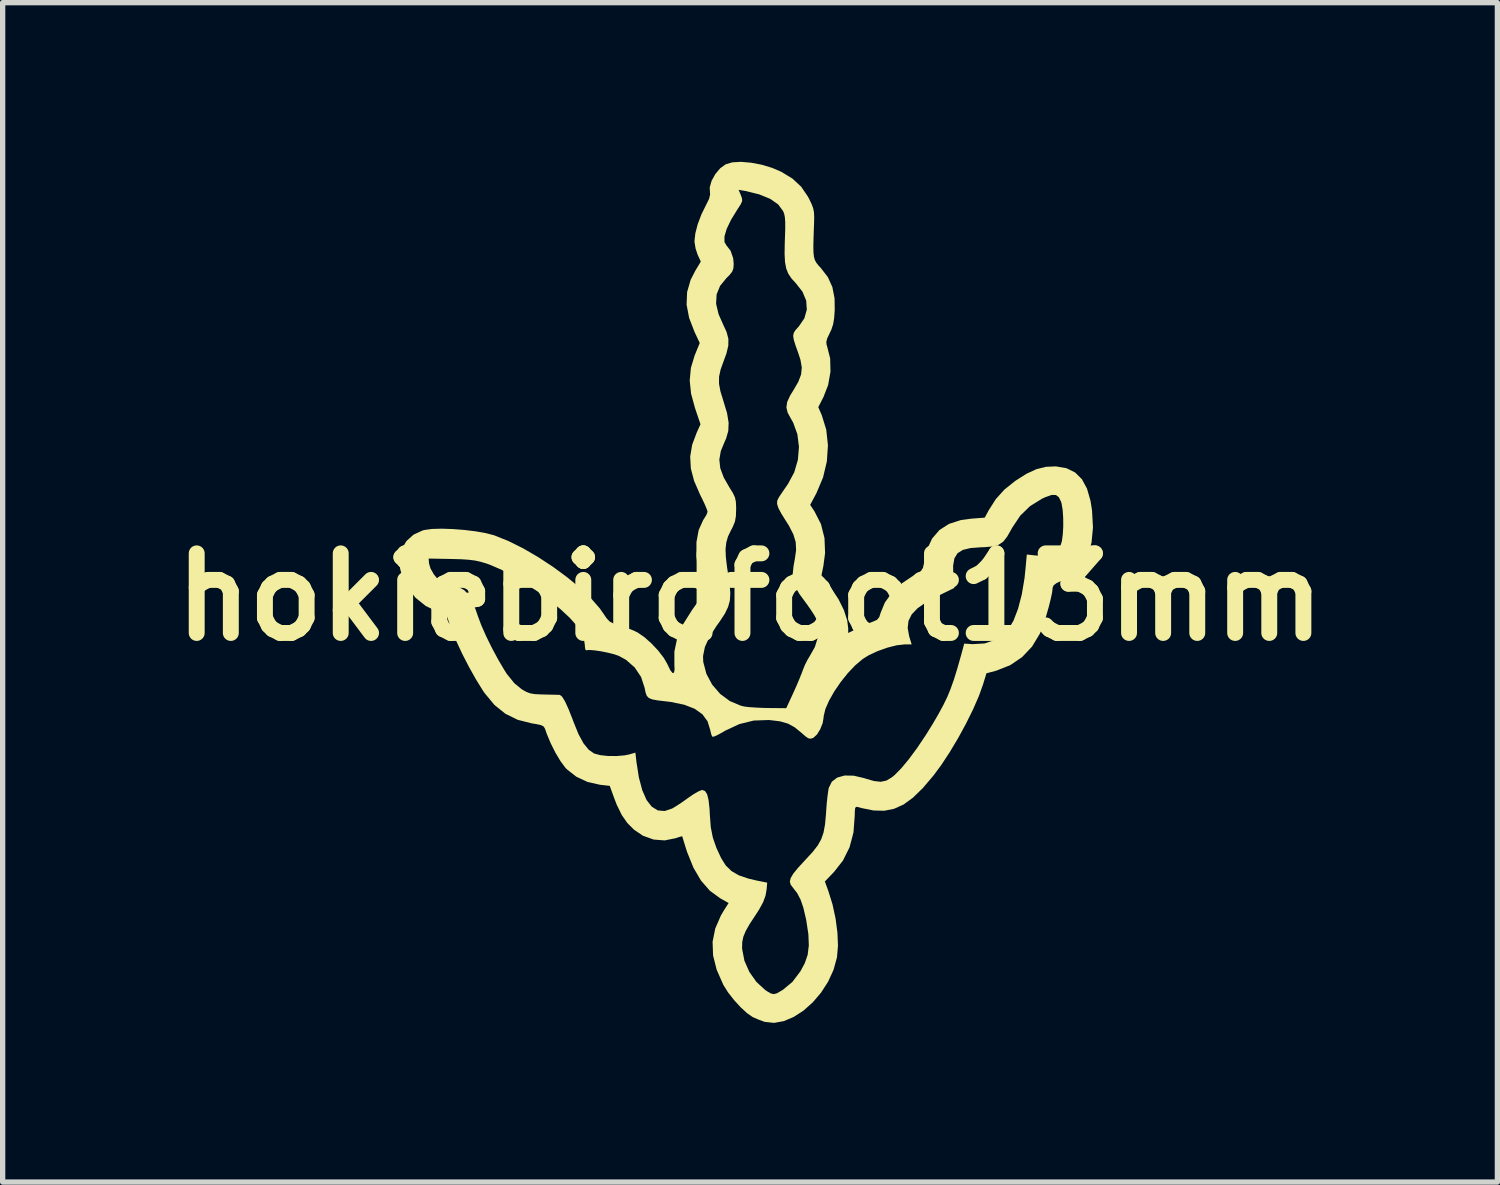
<source format=kicad_pcb>
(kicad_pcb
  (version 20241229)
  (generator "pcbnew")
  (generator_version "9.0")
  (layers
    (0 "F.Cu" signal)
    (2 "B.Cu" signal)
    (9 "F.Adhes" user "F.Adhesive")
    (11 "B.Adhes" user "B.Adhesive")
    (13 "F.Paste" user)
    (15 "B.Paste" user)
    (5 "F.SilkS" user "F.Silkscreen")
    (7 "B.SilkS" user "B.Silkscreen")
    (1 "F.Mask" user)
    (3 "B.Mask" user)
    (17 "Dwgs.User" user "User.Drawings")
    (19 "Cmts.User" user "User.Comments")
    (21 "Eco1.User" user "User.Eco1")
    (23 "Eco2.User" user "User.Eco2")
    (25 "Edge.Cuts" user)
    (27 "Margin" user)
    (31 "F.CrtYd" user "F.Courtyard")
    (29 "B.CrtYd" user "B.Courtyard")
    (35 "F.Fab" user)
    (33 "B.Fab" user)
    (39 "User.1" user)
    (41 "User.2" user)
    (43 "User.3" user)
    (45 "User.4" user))
  (footprint "hokiebirdfoot13mm"
    (layer "F.Cu")
    (at 11.086 8.201)
    (property "Reference" "hokiebirdfoot13mm" (at 0 0 0) (layer "F.SilkS") (effects (font (size 1.5 1.5) (thickness 0.3))))
    (attr board_only exclude_from_pos_files exclude_from_bom)
    (fp_poly (pts (xy 0.016 -8.185) (xy 0.217 -8.147) (xy 0.417 -8.087) (xy 0.587 -8.014) (xy 0.799 -7.885) (xy 0.963 -7.733) (xy 1.09 -7.547) (xy 1.116 -7.497) (xy 1.162 -7.401) (xy 1.19 -7.325) (xy 1.205 -7.249) (xy 1.209 -7.154) (xy 1.206 -7.021) (xy 1.204 -6.984) (xy 1.197 -6.774) (xy 1.193 -6.615) (xy 1.195 -6.498) (xy 1.204 -6.413) (xy 1.222 -6.349) (xy 1.251 -6.297) (xy 1.291 -6.246) (xy 1.334 -6.2) (xy 1.466 -6.029) (xy 1.551 -5.842) (xy 1.593 -5.629) (xy 1.596 -5.41) (xy 1.585 -5.255) (xy 1.566 -5.14) (xy 1.534 -5.042) (xy 1.501 -4.972) (xy 1.454 -4.873) (xy 1.437 -4.806) (xy 1.444 -4.748) (xy 1.452 -4.725) (xy 1.51 -4.494) (xy 1.516 -4.246) (xy 1.472 -3.996) (xy 1.384 -3.769) (xy 1.286 -3.577) (xy 1.351 -3.428) (xy 1.436 -3.154) (xy 1.468 -2.86) (xy 1.448 -2.557) (xy 1.376 -2.253) (xy 1.253 -1.961) (xy 1.242 -1.939) (xy 1.133 -1.736) (xy 1.214 -1.614) (xy 1.336 -1.375) (xy 1.403 -1.111) (xy 1.414 -0.827) (xy 1.382 -0.584) (xy 1.346 -0.409) (xy 1.535 -0.158) (xy 1.668 0.044) (xy 1.769 0.248) (xy 1.831 0.44) (xy 1.85 0.589) (xy 1.85 0.679) (xy 2.027 0.59) (xy 2.141 0.536) (xy 2.253 0.489) (xy 2.316 0.465) (xy 2.392 0.432) (xy 2.435 0.381) (xy 2.461 0.299) (xy 2.541 0.105) (xy 2.676 -0.083) (xy 2.863 -0.258) (xy 3.094 -0.413) (xy 3.15 -0.444) (xy 3.222 -0.491) (xy 3.259 -0.548) (xy 3.279 -0.639) (xy 3.28 -0.645) (xy 3.336 -0.897) (xy 3.432 -1.102) (xy 3.569 -1.261) (xy 3.749 -1.377) (xy 3.972 -1.449) (xy 4.171 -1.476) (xy 4.423 -1.495) (xy 4.501 -1.639) (xy 4.634 -1.847) (xy 4.794 -2.024) (xy 4.999 -2.188) (xy 5.208 -2.321) (xy 5.396 -2.408) (xy 5.576 -2.453) (xy 5.76 -2.461) (xy 5.771 -2.46) (xy 5.966 -2.426) (xy 6.127 -2.346) (xy 6.255 -2.219) (xy 6.351 -2.041) (xy 6.417 -1.811) (xy 6.445 -1.634) (xy 6.463 -1.31) (xy 6.436 -1.026) (xy 6.364 -0.784) (xy 6.247 -0.583) (xy 6.085 -0.424) (xy 5.879 -0.308) (xy 5.879 -0.308) (xy 5.776 -0.261) (xy 5.722 -0.22) (xy 5.703 -0.177) (xy 5.703 -0.168) (xy 5.693 -0.084) (xy 5.666 0.042) (xy 5.628 0.193) (xy 5.582 0.354) (xy 5.532 0.507) (xy 5.485 0.637) (xy 5.46 0.695) (xy 5.315 0.935) (xy 5.127 1.134) (xy 4.902 1.286) (xy 4.644 1.388) (xy 4.644 1.388) (xy 4.455 1.439) (xy 4.39 1.652) (xy 4.312 1.869) (xy 4.203 2.119) (xy 4.069 2.389) (xy 3.92 2.663) (xy 3.761 2.928) (xy 3.602 3.17) (xy 3.458 3.364) (xy 3.258 3.6) (xy 3.072 3.781) (xy 2.894 3.911) (xy 2.715 3.992) (xy 2.529 4.029) (xy 2.328 4.024) (xy 2.104 3.979) (xy 2.027 3.958) (xy 1.996 3.956) (xy 1.98 3.983) (xy 1.974 4.05) (xy 1.973 4.123) (xy 1.949 4.439) (xy 1.875 4.719) (xy 1.751 4.968) (xy 1.585 5.179) (xy 1.41 5.362) (xy 1.475 5.54) (xy 1.554 5.793) (xy 1.612 6.061) (xy 1.647 6.327) (xy 1.657 6.574) (xy 1.639 6.785) (xy 1.637 6.797) (xy 1.573 7.029) (xy 1.471 7.251) (xy 1.338 7.457) (xy 1.182 7.64) (xy 1.008 7.795) (xy 0.823 7.915) (xy 0.636 7.994) (xy 0.451 8.027) (xy 0.277 8.008) (xy 0.262 8.003) (xy 0.157 7.964) (xy 0.058 7.921) (xy 0.046 7.915) (xy -0.059 7.842) (xy -0.18 7.73) (xy -0.303 7.595) (xy -0.415 7.452) (xy -0.5 7.316) (xy -0.505 7.307) (xy -0.63 7.023) (xy -0.697 6.755) (xy -0.706 6.498) (xy -0.656 6.249) (xy -0.549 6.002) (xy -0.495 5.911) (xy -0.404 5.768) (xy -0.565 5.677) (xy -0.757 5.537) (xy -0.924 5.346) (xy -1.067 5.102) (xy -1.188 4.803) (xy -1.22 4.701) (xy -1.25 4.604) (xy -1.271 4.535) (xy -1.279 4.51) (xy -1.306 4.515) (xy -1.372 4.536) (xy -1.404 4.547) (xy -1.609 4.588) (xy -1.817 4.572) (xy -2.018 4.5) (xy -2.187 4.386) (xy -2.313 4.26) (xy -2.418 4.109) (xy -2.511 3.919) (xy -2.56 3.792) (xy -2.644 3.56) (xy -2.83 3.539) (xy -3.061 3.487) (xy -3.273 3.388) (xy -3.45 3.25) (xy -3.484 3.214) (xy -3.574 3.092) (xy -3.67 2.931) (xy -3.759 2.753) (xy -3.832 2.577) (xy -3.849 2.527) (xy -3.87 2.471) (xy -3.897 2.436) (xy -3.947 2.413) (xy -4.033 2.395) (xy -4.114 2.382) (xy -4.379 2.315) (xy -4.611 2.201) (xy -4.816 2.036) (xy -5 1.815) (xy -5.035 1.764) (xy -5.164 1.556) (xy -5.297 1.319) (xy -5.424 1.072) (xy -5.535 0.834) (xy -5.619 0.625) (xy -5.624 0.613) (xy -5.724 0.333) (xy -5.881 0.28) (xy -6.112 0.17) (xy -6.305 0.014) (xy -6.458 -0.185) (xy -6.565 -0.423) (xy -6.597 -0.541) (xy -6.609 -0.724) (xy -6.057 -0.724) (xy -6.051 -0.636) (xy -6.023 -0.538) (xy -5.961 -0.428) (xy -5.881 -0.33) (xy -5.819 -0.28) (xy -5.746 -0.248) (xy -5.644 -0.22) (xy -5.598 -0.211) (xy -5.482 -0.182) (xy -5.388 -0.13) (xy -5.309 -0.048) (xy -5.238 0.074) (xy -5.169 0.245) (xy -5.129 0.362) (xy -5.064 0.535) (xy -4.973 0.741) (xy -4.865 0.96) (xy -4.749 1.176) (xy -4.635 1.37) (xy -4.585 1.449) (xy -4.442 1.626) (xy -4.301 1.741) (xy -4.218 1.788) (xy -4.144 1.816) (xy -4.057 1.831) (xy -3.936 1.837) (xy -3.886 1.838) (xy -3.761 1.841) (xy -3.658 1.843) (xy -3.594 1.845) (xy -3.584 1.846) (xy -3.542 1.879) (xy -3.487 1.969) (xy -3.42 2.115) (xy -3.342 2.313) (xy -3.327 2.354) (xy -3.233 2.586) (xy -3.138 2.76) (xy -3.04 2.88) (xy -2.937 2.951) (xy -2.936 2.951) (xy -2.825 2.981) (xy -2.678 2.997) (xy -2.516 2.998) (xy -2.363 2.985) (xy -2.275 2.967) (xy -2.161 2.934) (xy -2.141 3.109) (xy -2.095 3.403) (xy -2.031 3.643) (xy -1.95 3.827) (xy -1.852 3.953) (xy -1.738 4.023) (xy -1.609 4.034) (xy -1.47 3.988) (xy -1.398 3.945) (xy -1.296 3.879) (xy -1.186 3.801) (xy -1.168 3.788) (xy -1.065 3.717) (xy -0.974 3.665) (xy -0.911 3.639) (xy -0.902 3.637) (xy -0.849 3.657) (xy -0.809 3.718) (xy -0.782 3.827) (xy -0.764 3.989) (xy -0.757 4.116) (xy -0.74 4.34) (xy -0.701 4.536) (xy -0.634 4.729) (xy -0.544 4.923) (xy -0.458 5.06) (xy -0.351 5.165) (xy -0.212 5.246) (xy -0.029 5.308) (xy 0.123 5.344) (xy 0.323 5.384) (xy 0.313 5.505) (xy 0.292 5.628) (xy 0.247 5.751) (xy 0.171 5.891) (xy 0.099 6.002) (xy -0.008 6.165) (xy -0.081 6.294) (xy -0.126 6.402) (xy -0.147 6.503) (xy -0.15 6.608) (xy -0.148 6.64) (xy -0.106 6.856) (xy -0.013 7.067) (xy 0.12 7.255) (xy 0.283 7.405) (xy 0.324 7.433) (xy 0.394 7.473) (xy 0.449 7.485) (xy 0.51 7.468) (xy 0.595 7.418) (xy 0.62 7.403) (xy 0.798 7.255) (xy 0.95 7.054) (xy 1.032 6.901) (xy 1.086 6.744) (xy 1.108 6.565) (xy 1.099 6.353) (xy 1.06 6.098) (xy 1.051 6.055) (xy 1.004 5.854) (xy 0.951 5.701) (xy 0.888 5.581) (xy 0.81 5.481) (xy 0.766 5.423) (xy 0.75 5.365) (xy 0.766 5.297) (xy 0.816 5.213) (xy 0.905 5.104) (xy 1.036 4.962) (xy 1.046 4.951) (xy 1.179 4.807) (xy 1.275 4.684) (xy 1.341 4.567) (xy 1.385 4.44) (xy 1.413 4.288) (xy 1.431 4.094) (xy 1.435 4.029) (xy 1.446 3.882) (xy 1.461 3.744) (xy 1.476 3.637) (xy 1.484 3.597) (xy 1.542 3.481) (xy 1.643 3.404) (xy 1.782 3.365) (xy 1.953 3.368) (xy 2.15 3.414) (xy 2.173 3.422) (xy 2.336 3.469) (xy 2.463 3.483) (xy 2.569 3.461) (xy 2.671 3.4) (xy 2.723 3.358) (xy 2.849 3.23) (xy 2.994 3.056) (xy 3.151 2.843) (xy 3.313 2.602) (xy 3.445 2.389) (xy 3.553 2.203) (xy 3.642 2.039) (xy 3.717 1.885) (xy 3.782 1.726) (xy 3.844 1.551) (xy 3.907 1.346) (xy 3.977 1.099) (xy 4.005 0.996) (xy 4.036 0.879) (xy 4.194 0.889) (xy 4.42 0.876) (xy 4.631 0.805) (xy 4.751 0.733) (xy 4.865 0.617) (xy 4.965 0.446) (xy 5.051 0.223) (xy 5.121 -0.045) (xy 5.173 -0.354) (xy 5.193 -0.547) (xy 5.216 -0.8) (xy 5.392 -0.781) (xy 5.572 -0.785) (xy 5.718 -0.834) (xy 5.824 -0.927) (xy 5.85 -0.967) (xy 5.877 -1.051) (xy 5.894 -1.177) (xy 5.903 -1.329) (xy 5.902 -1.488) (xy 5.892 -1.638) (xy 5.872 -1.759) (xy 5.862 -1.794) (xy 5.82 -1.88) (xy 5.764 -1.922) (xy 5.684 -1.923) (xy 5.57 -1.883) (xy 5.501 -1.851) (xy 5.277 -1.712) (xy 5.093 -1.533) (xy 4.94 -1.304) (xy 4.924 -1.275) (xy 4.845 -1.136) (xy 4.771 -1.042) (xy 4.685 -0.984) (xy 4.574 -0.952) (xy 4.422 -0.939) (xy 4.357 -0.937) (xy 4.156 -0.922) (xy 4.01 -0.887) (xy 3.91 -0.824) (xy 3.851 -0.727) (xy 3.827 -0.589) (xy 3.83 -0.403) (xy 3.831 -0.388) (xy 3.849 -0.17) (xy 3.545 -0.021) (xy 3.323 0.097) (xy 3.158 0.212) (xy 3.047 0.328) (xy 2.986 0.451) (xy 2.971 0.586) (xy 2.998 0.737) (xy 3.001 0.748) (xy 3.046 0.894) (xy 2.912 0.894) (xy 2.762 0.911) (xy 2.585 0.956) (xy 2.401 1.022) (xy 2.231 1.102) (xy 2.125 1.168) (xy 1.985 1.286) (xy 1.843 1.435) (xy 1.708 1.604) (xy 1.587 1.781) (xy 1.489 1.954) (xy 1.42 2.112) (xy 1.388 2.243) (xy 1.387 2.266) (xy 1.369 2.376) (xy 1.323 2.492) (xy 1.262 2.591) (xy 1.195 2.653) (xy 1.189 2.656) (xy 1.142 2.671) (xy 1.098 2.663) (xy 1.042 2.625) (xy 0.97 2.561) (xy 0.841 2.456) (xy 0.713 2.386) (xy 0.565 2.344) (xy 0.378 2.321) (xy 0.35 2.319) (xy 0.069 2.329) (xy -0.202 2.396) (xy -0.472 2.522) (xy -0.504 2.542) (xy -0.598 2.594) (xy -0.671 2.628) (xy -0.708 2.636) (xy -0.708 2.636) (xy -0.728 2.599) (xy -0.747 2.525) (xy -0.751 2.505) (xy -0.801 2.343) (xy -0.898 2.211) (xy -1.044 2.107) (xy -1.24 2.031) (xy -1.49 1.979) (xy -1.582 1.968) (xy -1.736 1.95) (xy -1.841 1.931) (xy -1.908 1.904) (xy -1.947 1.862) (xy -1.97 1.798) (xy -1.987 1.712) (xy -2.054 1.507) (xy -2.174 1.328) (xy -2.339 1.184) (xy -2.472 1.111) (xy -2.56 1.08) (xy -2.676 1.051) (xy -2.804 1.025) (xy -2.925 1.007) (xy -3.024 0.999) (xy -3.084 1.003) (xy -3.089 1.006) (xy -3.105 0.989) (xy -3.113 0.929) (xy -3.113 0.91) (xy -3.128 0.812) (xy -3.164 0.702) (xy -3.179 0.669) (xy -3.267 0.539) (xy -3.401 0.39) (xy -3.574 0.229) (xy -3.776 0.064) (xy -3.998 -0.1) (xy -4.23 -0.256) (xy -4.464 -0.396) (xy -4.691 -0.516) (xy -4.902 -0.607) (xy -4.966 -0.63) (xy -5.076 -0.663) (xy -5.181 -0.686) (xy -5.297 -0.701) (xy -5.441 -0.711) (xy -5.629 -0.716) (xy -6.057 -0.724) (xy -6.609 -0.724) (xy -6.61 -0.728) (xy -6.567 -0.902) (xy -6.476 -1.054) (xy -6.341 -1.175) (xy -6.17 -1.254) (xy -6.128 -1.264) (xy -5.992 -1.282) (xy -5.811 -1.287) (xy -5.604 -1.28) (xy -5.385 -1.263) (xy -5.171 -1.237) (xy -4.979 -1.203) (xy -4.825 -1.163) (xy -4.814 -1.159) (xy -4.551 -1.053) (xy -4.274 -0.915) (xy -3.991 -0.75) (xy -3.712 -0.567) (xy -3.447 -0.372) (xy -3.206 -0.173) (xy -2.998 0.025) (xy -2.834 0.213) (xy -2.766 0.31) (xy -2.701 0.405) (xy -2.645 0.463) (xy -2.575 0.5) (xy -2.468 0.534) (xy -2.461 0.536) (xy -2.328 0.579) (xy -2.193 0.634) (xy -2.117 0.671) (xy -1.993 0.756) (xy -1.859 0.875) (xy -1.731 1.011) (xy -1.625 1.149) (xy -1.555 1.271) (xy -1.554 1.275) (xy -1.502 1.382) (xy -1.461 1.433) (xy -1.433 1.427) (xy -1.422 1.364) (xy -1.426 1.288) (xy -1.426 1.114) (xy -0.886 1.114) (xy -0.882 1.224) (xy -0.823 1.448) (xy -0.714 1.652) (xy -0.564 1.826) (xy -0.381 1.962) (xy -0.174 2.049) (xy -0.113 2.064) (xy -0.027 2.075) (xy 0.1 2.084) (xy 0.249 2.091) (xy 0.349 2.093) (xy 0.682 2.096) (xy 0.807 1.826) (xy 0.87 1.686) (xy 0.93 1.545) (xy 0.977 1.427) (xy 0.989 1.394) (xy 1.033 1.283) (xy 1.084 1.182) (xy 1.109 1.142) (xy 1.221 0.945) (xy 1.282 0.75) (xy 1.288 0.562) (xy 1.251 0.417) (xy 1.211 0.343) (xy 1.145 0.241) (xy 1.066 0.129) (xy 1.046 0.102) (xy 0.931 -0.055) (xy 0.855 -0.185) (xy 0.814 -0.305) (xy 0.804 -0.432) (xy 0.82 -0.583) (xy 0.844 -0.714) (xy 0.868 -0.883) (xy 0.861 -1.032) (xy 0.817 -1.179) (xy 0.734 -1.341) (xy 0.676 -1.433) (xy 0.588 -1.574) (xy 0.533 -1.678) (xy 0.509 -1.755) (xy 0.513 -1.818) (xy 0.542 -1.876) (xy 0.547 -1.884) (xy 0.593 -1.953) (xy 0.659 -2.049) (xy 0.715 -2.13) (xy 0.833 -2.349) (xy 0.902 -2.586) (xy 0.922 -2.829) (xy 0.892 -3.067) (xy 0.813 -3.286) (xy 0.769 -3.363) (xy 0.708 -3.475) (xy 0.685 -3.574) (xy 0.7 -3.676) (xy 0.756 -3.797) (xy 0.816 -3.894) (xy 0.91 -4.056) (xy 0.962 -4.193) (xy 0.975 -4.324) (xy 0.95 -4.47) (xy 0.909 -4.596) (xy 0.856 -4.744) (xy 0.824 -4.848) (xy 0.813 -4.92) (xy 0.823 -4.975) (xy 0.854 -5.026) (xy 0.907 -5.086) (xy 0.918 -5.097) (xy 1.024 -5.252) (xy 1.07 -5.416) (xy 1.058 -5.586) (xy 0.988 -5.754) (xy 0.862 -5.914) (xy 0.78 -6.004) (xy 0.721 -6.092) (xy 0.682 -6.19) (xy 0.659 -6.311) (xy 0.651 -6.465) (xy 0.654 -6.664) (xy 0.657 -6.751) (xy 0.663 -6.93) (xy 0.663 -7.059) (xy 0.657 -7.152) (xy 0.644 -7.219) (xy 0.624 -7.271) (xy 0.531 -7.397) (xy 0.382 -7.502) (xy 0.175 -7.587) (xy -0.089 -7.652) (xy -0.116 -7.656) (xy -0.216 -7.674) (xy -0.172 -7.57) (xy -0.151 -7.51) (xy -0.149 -7.461) (xy -0.173 -7.405) (xy -0.227 -7.321) (xy -0.237 -7.306) (xy -0.358 -7.109) (xy -0.44 -6.938) (xy -0.482 -6.796) (xy -0.482 -6.689) (xy -0.445 -6.626) (xy -0.366 -6.524) (xy -0.318 -6.384) (xy -0.308 -6.277) (xy -0.314 -6.194) (xy -0.337 -6.13) (xy -0.39 -6.064) (xy -0.444 -6.011) (xy -0.565 -5.863) (xy -0.63 -5.703) (xy -0.64 -5.526) (xy -0.593 -5.329) (xy -0.511 -5.144) (xy -0.442 -4.994) (xy -0.408 -4.864) (xy -0.41 -4.734) (xy -0.446 -4.586) (xy -0.497 -4.447) (xy -0.555 -4.287) (xy -0.584 -4.151) (xy -0.585 -4.02) (xy -0.558 -3.874) (xy -0.502 -3.693) (xy -0.498 -3.68) (xy -0.433 -3.464) (xy -0.404 -3.285) (xy -0.41 -3.13) (xy -0.451 -2.987) (xy -0.478 -2.927) (xy -0.551 -2.751) (xy -0.579 -2.588) (xy -0.561 -2.426) (xy -0.496 -2.252) (xy -0.39 -2.067) (xy -0.323 -1.959) (xy -0.285 -1.877) (xy -0.267 -1.796) (xy -0.262 -1.692) (xy -0.262 -1.651) (xy -0.267 -1.52) (xy -0.285 -1.42) (xy -0.326 -1.32) (xy -0.362 -1.251) (xy -0.416 -1.139) (xy -0.448 -1.026) (xy -0.462 -0.901) (xy -0.456 -0.749) (xy -0.433 -0.558) (xy -0.416 -0.447) (xy -0.385 -0.237) (xy -0.372 -0.071) (xy -0.38 0.066) (xy -0.414 0.189) (xy -0.475 0.315) (xy -0.568 0.457) (xy -0.629 0.542) (xy -0.766 0.754) (xy -0.851 0.942) (xy -0.886 1.114) (xy -1.426 1.114) (xy -1.426 1.028) (xy -1.372 0.772) (xy -1.262 0.514) (xy -1.095 0.249) (xy -1.083 0.232) (xy -1.008 0.125) (xy -0.959 0.037) (xy -0.933 -0.048) (xy -0.928 -0.146) (xy -0.941 -0.273) (xy -0.97 -0.444) (xy -0.971 -0.447) (xy -1.011 -0.763) (xy -1.01 -1.034) (xy -0.968 -1.262) (xy -0.884 -1.448) (xy -0.864 -1.479) (xy -0.821 -1.55) (xy -0.801 -1.604) (xy -0.801 -1.608) (xy -0.814 -1.651) (xy -0.849 -1.736) (xy -0.901 -1.847) (xy -0.941 -1.927) (xy -1.054 -2.186) (xy -1.116 -2.422) (xy -1.128 -2.646) (xy -1.091 -2.869) (xy -1.006 -3.096) (xy -0.934 -3.255) (xy -1.038 -3.562) (xy -1.112 -3.834) (xy -1.137 -4.081) (xy -1.115 -4.317) (xy -1.044 -4.553) (xy -1.035 -4.574) (xy -0.948 -4.787) (xy -1.044 -4.99) (xy -1.148 -5.259) (xy -1.196 -5.509) (xy -1.186 -5.747) (xy -1.12 -5.977) (xy -1.032 -6.148) (xy -0.928 -6.321) (xy -0.988 -6.451) (xy -1.026 -6.565) (xy -1.046 -6.686) (xy -1.047 -6.713) (xy -1.031 -6.854) (xy -0.986 -7.026) (xy -0.917 -7.209) (xy -0.832 -7.382) (xy -0.828 -7.39) (xy -0.771 -7.506) (xy -0.752 -7.591) (xy -0.755 -7.612) (xy -0.76 -7.72) (xy -0.724 -7.845) (xy -0.654 -7.971) (xy -0.561 -8.081) (xy -0.46 -8.154) (xy -0.337 -8.191) (xy -0.174 -8.201)) (stroke (width 0) (type solid)) (fill yes) (layer "F.SilkS")))
  (gr_rect
    (start -3 -3)
    (end 25.171 19.228)
    (stroke (width 0.1) (type default))
    (fill no)
    (layer "Edge.Cuts")))
</source>
